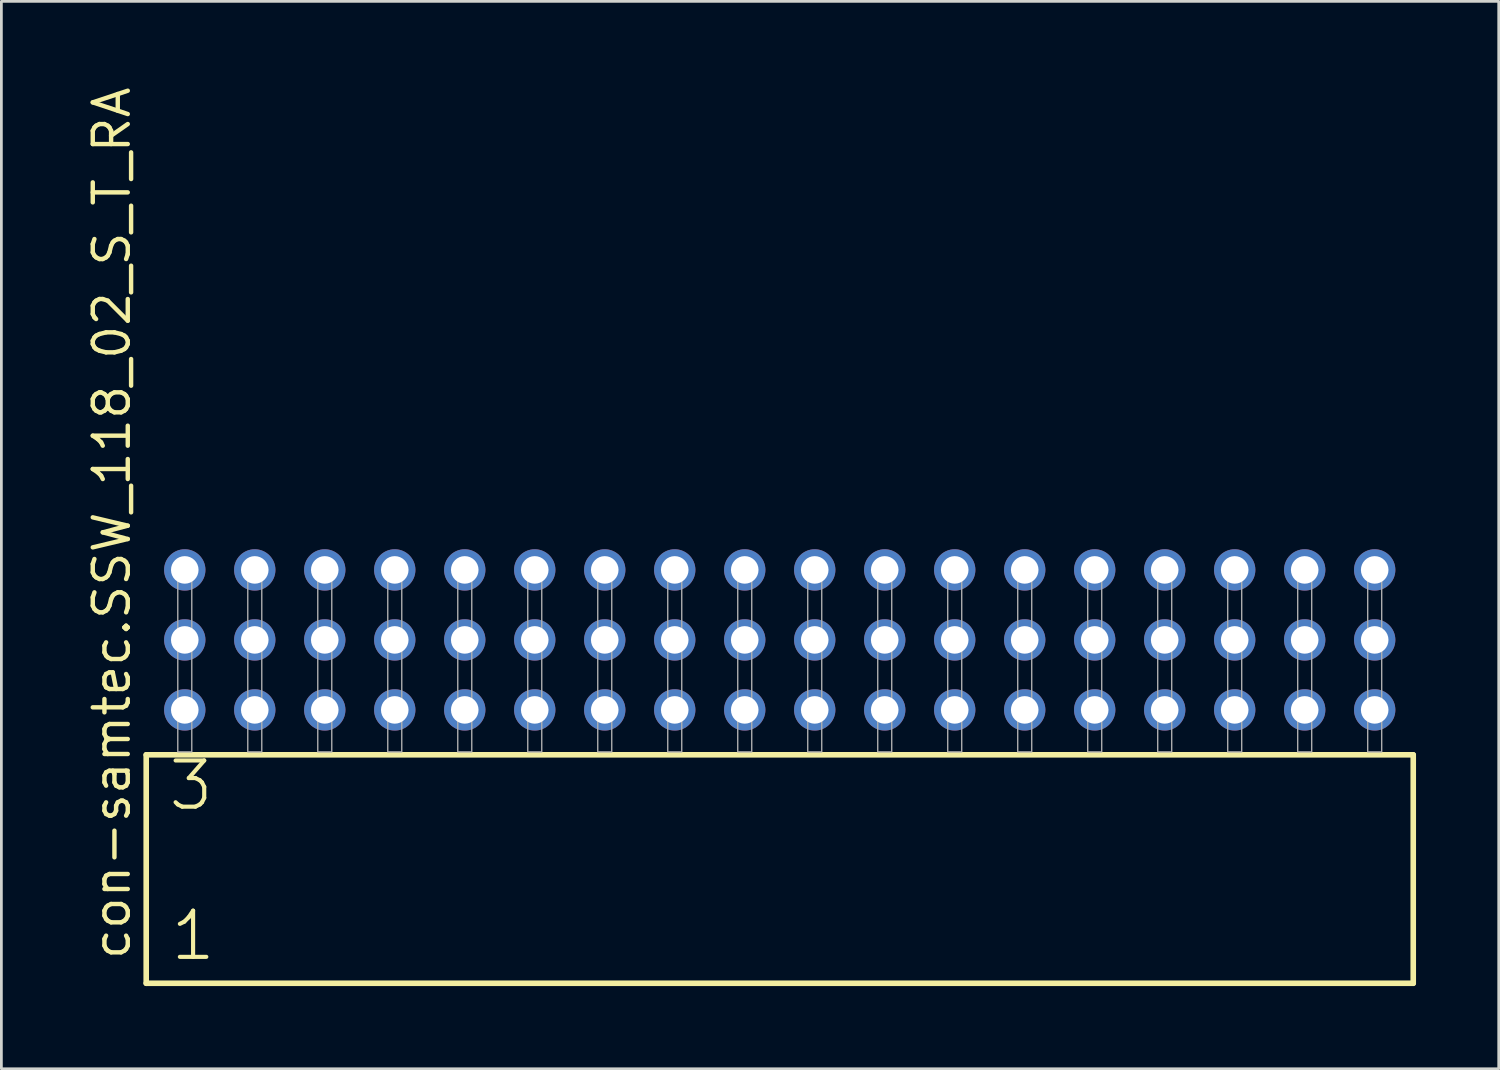
<source format=kicad_pcb>
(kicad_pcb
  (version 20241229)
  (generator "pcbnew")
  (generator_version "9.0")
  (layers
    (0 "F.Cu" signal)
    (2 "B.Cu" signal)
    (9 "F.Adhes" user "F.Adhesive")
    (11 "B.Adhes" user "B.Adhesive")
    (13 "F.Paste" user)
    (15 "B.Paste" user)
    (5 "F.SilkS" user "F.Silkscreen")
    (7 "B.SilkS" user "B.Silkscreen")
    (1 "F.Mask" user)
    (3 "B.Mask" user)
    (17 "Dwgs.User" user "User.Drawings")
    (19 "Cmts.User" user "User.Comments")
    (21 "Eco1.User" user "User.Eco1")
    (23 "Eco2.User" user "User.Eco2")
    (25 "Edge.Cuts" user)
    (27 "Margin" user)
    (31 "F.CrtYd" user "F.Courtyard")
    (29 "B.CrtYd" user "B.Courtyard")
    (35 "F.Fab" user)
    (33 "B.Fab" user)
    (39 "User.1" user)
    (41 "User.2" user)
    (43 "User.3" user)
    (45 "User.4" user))
  (footprint "con-samtec.SSW_118_02_S_T_RA"
    (layer "F.Cu")
    (at 25.245 24.235)
    (property "Reference" "con-samtec.SSW_118_02_S_T_RA" (at -23.495 7.62 90) (layer "F.SilkS") (effects (font (size 1.27 1.27) (thickness 0.16)) (justify left bottom)))
    (attr through_hole)
    (fp_line (start -22.989 0.106) (end -22.989 8.396) (stroke (width 0.203) (type default)) (layer "F.SilkS"))
    (fp_line (start -22.989 8.396) (end 22.989 8.396) (stroke (width 0.203) (type default)) (layer "F.SilkS"))
    (fp_line (start 22.989 0.106) (end -22.989 0.106) (stroke (width 0.203) (type default)) (layer "F.SilkS"))
    (fp_line (start 22.989 8.396) (end 22.989 0.106) (stroke (width 0.203) (type default)) (layer "F.SilkS"))
    (fp_rect (start -21.844 0) (end -21.336 -6.858) (stroke (width 0.05) (type default)) (fill no) (layer "F.Fab"))
    (fp_rect (start -19.304 0) (end -18.796 -6.858) (stroke (width 0.05) (type default)) (fill no) (layer "F.Fab"))
    (fp_rect (start -16.764 0) (end -16.256 -6.858) (stroke (width 0.05) (type default)) (fill no) (layer "F.Fab"))
    (fp_rect (start -14.224 0) (end -13.716 -6.858) (stroke (width 0.05) (type default)) (fill no) (layer "F.Fab"))
    (fp_rect (start -11.684 0) (end -11.176 -6.858) (stroke (width 0.05) (type default)) (fill no) (layer "F.Fab"))
    (fp_rect (start -9.144 0) (end -8.636 -6.858) (stroke (width 0.05) (type default)) (fill no) (layer "F.Fab"))
    (fp_rect (start -6.604 0) (end -6.096 -6.858) (stroke (width 0.05) (type default)) (fill no) (layer "F.Fab"))
    (fp_rect (start -4.064 0) (end -3.556 -6.858) (stroke (width 0.05) (type default)) (fill no) (layer "F.Fab"))
    (fp_rect (start -1.524 0) (end -1.016 -6.858) (stroke (width 0.05) (type default)) (fill no) (layer "F.Fab"))
    (fp_rect (start 1.016 0) (end 1.524 -6.858) (stroke (width 0.05) (type default)) (fill no) (layer "F.Fab"))
    (fp_rect (start 3.556 0) (end 4.064 -6.858) (stroke (width 0.05) (type default)) (fill no) (layer "F.Fab"))
    (fp_rect (start 6.096 0) (end 6.604 -6.858) (stroke (width 0.05) (type default)) (fill no) (layer "F.Fab"))
    (fp_rect (start 8.636 0) (end 9.144 -6.858) (stroke (width 0.05) (type default)) (fill no) (layer "F.Fab"))
    (fp_rect (start 11.176 0) (end 11.684 -6.858) (stroke (width 0.05) (type default)) (fill no) (layer "F.Fab"))
    (fp_rect (start 13.716 0) (end 14.224 -6.858) (stroke (width 0.05) (type default)) (fill no) (layer "F.Fab"))
    (fp_rect (start 16.256 0) (end 16.764 -6.858) (stroke (width 0.05) (type default)) (fill no) (layer "F.Fab"))
    (fp_rect (start 18.796 0) (end 19.304 -6.858) (stroke (width 0.05) (type default)) (fill no) (layer "F.Fab"))
    (fp_rect (start 21.336 0) (end 21.844 -6.858) (stroke (width 0.05) (type default)) (fill no) (layer "F.Fab"))
    (fp_text user "3" (at -22.26 2.2 0) (layer "F.SilkS") (effects (font (size 1.676 1.676) (thickness 0.15)) (justify left bottom)))
    (fp_text user "1" (at -22.185 7.65 0) (layer "F.SilkS") (effects (font (size 1.676 1.676) (thickness 0.15)) (justify left bottom)))
    (pad "1" thru_hole circle (at -21.59 -1.524) (size 1.5 1.5) (drill 1) (layers "*.Cu" "*.Mask"))
    (pad "2" thru_hole circle (at -21.59 -4.064) (size 1.5 1.5) (drill 1) (layers "*.Cu" "*.Mask"))
    (pad "3" thru_hole circle (at -21.59 -6.604) (size 1.5 1.5) (drill 1) (layers "*.Cu" "*.Mask"))
    (pad "4" thru_hole circle (at -19.05 -1.524) (size 1.5 1.5) (drill 1) (layers "*.Cu" "*.Mask"))
    (pad "5" thru_hole circle (at -19.05 -4.064) (size 1.5 1.5) (drill 1) (layers "*.Cu" "*.Mask"))
    (pad "6" thru_hole circle (at -19.05 -6.604) (size 1.5 1.5) (drill 1) (layers "*.Cu" "*.Mask"))
    (pad "7" thru_hole circle (at -16.51 -1.524) (size 1.5 1.5) (drill 1) (layers "*.Cu" "*.Mask"))
    (pad "8" thru_hole circle (at -16.51 -4.064) (size 1.5 1.5) (drill 1) (layers "*.Cu" "*.Mask"))
    (pad "9" thru_hole circle (at -16.51 -6.604) (size 1.5 1.5) (drill 1) (layers "*.Cu" "*.Mask"))
    (pad "10" thru_hole circle (at -13.97 -1.524) (size 1.5 1.5) (drill 1) (layers "*.Cu" "*.Mask"))
    (pad "11" thru_hole circle (at -13.97 -4.064) (size 1.5 1.5) (drill 1) (layers "*.Cu" "*.Mask"))
    (pad "12" thru_hole circle (at -13.97 -6.604) (size 1.5 1.5) (drill 1) (layers "*.Cu" "*.Mask"))
    (pad "13" thru_hole circle (at -11.43 -1.524) (size 1.5 1.5) (drill 1) (layers "*.Cu" "*.Mask"))
    (pad "14" thru_hole circle (at -11.43 -4.064) (size 1.5 1.5) (drill 1) (layers "*.Cu" "*.Mask"))
    (pad "15" thru_hole circle (at -11.43 -6.604) (size 1.5 1.5) (drill 1) (layers "*.Cu" "*.Mask"))
    (pad "16" thru_hole circle (at -8.89 -1.524) (size 1.5 1.5) (drill 1) (layers "*.Cu" "*.Mask"))
    (pad "17" thru_hole circle (at -8.89 -4.064) (size 1.5 1.5) (drill 1) (layers "*.Cu" "*.Mask"))
    (pad "18" thru_hole circle (at -8.89 -6.604) (size 1.5 1.5) (drill 1) (layers "*.Cu" "*.Mask"))
    (pad "19" thru_hole circle (at -6.35 -1.524) (size 1.5 1.5) (drill 1) (layers "*.Cu" "*.Mask"))
    (pad "20" thru_hole circle (at -6.35 -4.064) (size 1.5 1.5) (drill 1) (layers "*.Cu" "*.Mask"))
    (pad "21" thru_hole circle (at -6.35 -6.604) (size 1.5 1.5) (drill 1) (layers "*.Cu" "*.Mask"))
    (pad "22" thru_hole circle (at -3.81 -1.524) (size 1.5 1.5) (drill 1) (layers "*.Cu" "*.Mask"))
    (pad "23" thru_hole circle (at -3.81 -4.064) (size 1.5 1.5) (drill 1) (layers "*.Cu" "*.Mask"))
    (pad "24" thru_hole circle (at -3.81 -6.604) (size 1.5 1.5) (drill 1) (layers "*.Cu" "*.Mask"))
    (pad "25" thru_hole circle (at -1.27 -1.524) (size 1.5 1.5) (drill 1) (layers "*.Cu" "*.Mask"))
    (pad "26" thru_hole circle (at -1.27 -4.064) (size 1.5 1.5) (drill 1) (layers "*.Cu" "*.Mask"))
    (pad "27" thru_hole circle (at -1.27 -6.604) (size 1.5 1.5) (drill 1) (layers "*.Cu" "*.Mask"))
    (pad "28" thru_hole circle (at 1.27 -1.524) (size 1.5 1.5) (drill 1) (layers "*.Cu" "*.Mask"))
    (pad "29" thru_hole circle (at 1.27 -4.064) (size 1.5 1.5) (drill 1) (layers "*.Cu" "*.Mask"))
    (pad "30" thru_hole circle (at 1.27 -6.604) (size 1.5 1.5) (drill 1) (layers "*.Cu" "*.Mask"))
    (pad "31" thru_hole circle (at 3.81 -1.524) (size 1.5 1.5) (drill 1) (layers "*.Cu" "*.Mask"))
    (pad "32" thru_hole circle (at 3.81 -4.064) (size 1.5 1.5) (drill 1) (layers "*.Cu" "*.Mask"))
    (pad "33" thru_hole circle (at 3.81 -6.604) (size 1.5 1.5) (drill 1) (layers "*.Cu" "*.Mask"))
    (pad "34" thru_hole circle (at 6.35 -1.524) (size 1.5 1.5) (drill 1) (layers "*.Cu" "*.Mask"))
    (pad "35" thru_hole circle (at 6.35 -4.064) (size 1.5 1.5) (drill 1) (layers "*.Cu" "*.Mask"))
    (pad "36" thru_hole circle (at 6.35 -6.604) (size 1.5 1.5) (drill 1) (layers "*.Cu" "*.Mask"))
    (pad "37" thru_hole circle (at 8.89 -1.524) (size 1.5 1.5) (drill 1) (layers "*.Cu" "*.Mask"))
    (pad "38" thru_hole circle (at 8.89 -4.064) (size 1.5 1.5) (drill 1) (layers "*.Cu" "*.Mask"))
    (pad "39" thru_hole circle (at 8.89 -6.604) (size 1.5 1.5) (drill 1) (layers "*.Cu" "*.Mask"))
    (pad "40" thru_hole circle (at 11.43 -1.524) (size 1.5 1.5) (drill 1) (layers "*.Cu" "*.Mask"))
    (pad "41" thru_hole circle (at 11.43 -4.064) (size 1.5 1.5) (drill 1) (layers "*.Cu" "*.Mask"))
    (pad "42" thru_hole circle (at 11.43 -6.604) (size 1.5 1.5) (drill 1) (layers "*.Cu" "*.Mask"))
    (pad "43" thru_hole circle (at 13.97 -1.524) (size 1.5 1.5) (drill 1) (layers "*.Cu" "*.Mask"))
    (pad "44" thru_hole circle (at 13.97 -4.064) (size 1.5 1.5) (drill 1) (layers "*.Cu" "*.Mask"))
    (pad "45" thru_hole circle (at 13.97 -6.604) (size 1.5 1.5) (drill 1) (layers "*.Cu" "*.Mask"))
    (pad "46" thru_hole circle (at 16.51 -1.524) (size 1.5 1.5) (drill 1) (layers "*.Cu" "*.Mask"))
    (pad "47" thru_hole circle (at 16.51 -4.064) (size 1.5 1.5) (drill 1) (layers "*.Cu" "*.Mask"))
    (pad "48" thru_hole circle (at 16.51 -6.604) (size 1.5 1.5) (drill 1) (layers "*.Cu" "*.Mask"))
    (pad "49" thru_hole circle (at 19.05 -1.524) (size 1.5 1.5) (drill 1) (layers "*.Cu" "*.Mask"))
    (pad "50" thru_hole circle (at 19.05 -4.064) (size 1.5 1.5) (drill 1) (layers "*.Cu" "*.Mask"))
    (pad "51" thru_hole circle (at 19.05 -6.604) (size 1.5 1.5) (drill 1) (layers "*.Cu" "*.Mask"))
    (pad "52" thru_hole circle (at 21.59 -1.524) (size 1.5 1.5) (drill 1) (layers "*.Cu" "*.Mask"))
    (pad "53" thru_hole circle (at 21.59 -4.064) (size 1.5 1.5) (drill 1) (layers "*.Cu" "*.Mask"))
    (pad "54" thru_hole circle (at 21.59 -6.604) (size 1.5 1.5) (drill 1) (layers "*.Cu" "*.Mask")))
  (gr_rect
    (start -3 -3)
    (end 51.336 35.733)
    (stroke (width 0.1) (type default))
    (fill no)
    (layer "Edge.Cuts")))
</source>
